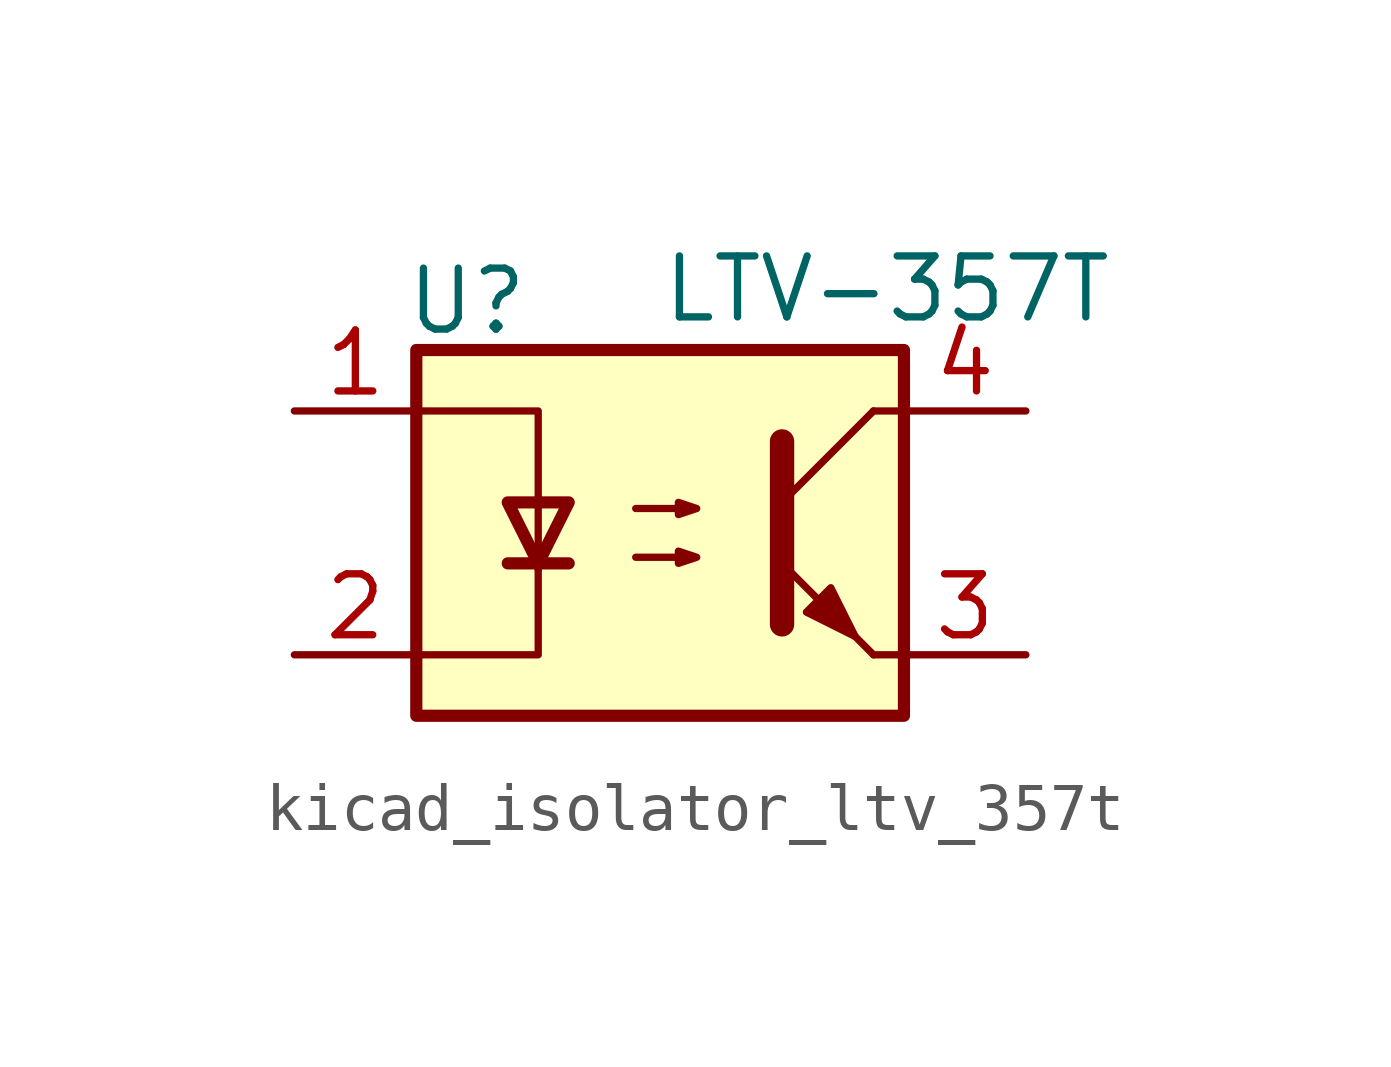
<source format=kicad_sym>
(kicad_symbol_lib
  (version 20220914)
  (generator kicad_symbol_editor)
  (symbol "kicad_isolator_ltv_357t"
    (pin_names
      (offset 1.016))
    (property "Reference" "U"
      (at -5.334 4.826 0)
      (effects (font (size 1.27 1.27)) (justify left)))
    (property "Value" "LTV-357T"
      (at 0 5.08 0)
      (effects (font (size 1.27 1.27)) (justify left)))
    (symbol "kicad_isolator_ltv_357t_0_1"
      (rectangle (start -5.08 3.81) (end 5.08 -3.81) (stroke (width 0.254) (type default)) (fill (type background)))
      (polyline (pts (xy -3.175 -0.635) (xy -1.905 -0.635)) (stroke (width 0.254) (type default)) (fill (type none)))
      (polyline (pts (xy 2.54 0.635) (xy 4.445 2.54)) (stroke (width 0) (type default)) (fill (type none)))
      (polyline (pts (xy 4.445 -2.54) (xy 2.54 -0.635)) (stroke (width 0) (type default)) (fill (type outline)))
      (polyline (pts (xy 4.445 -2.54) (xy 5.08 -2.54)) (stroke (width 0) (type default)) (fill (type none)))
      (polyline (pts (xy 4.445 2.54) (xy 5.08 2.54)) (stroke (width 0) (type default)) (fill (type none)))
      (polyline (pts (xy -5.08 2.54) (xy -2.54 2.54) (xy -2.54 -0.762)) (stroke (width 0) (type default)) (fill (type none)))
      (polyline (pts (xy -2.54 -0.635) (xy -2.54 -2.54) (xy -5.08 -2.54)) (stroke (width 0) (type default)) (fill (type none)))
      (polyline (pts (xy 2.54 1.905) (xy 2.54 -1.905) (xy 2.54 -1.905)) (stroke (width 0.508) (type default)) (fill (type none)))
      (polyline (pts (xy -2.54 -0.635) (xy -3.175 0.635) (xy -1.905 0.635) (xy -2.54 -0.635)) (stroke (width 0.254) (type default)) (fill (type none)))
      (polyline (pts (xy -0.508 -0.508) (xy 0.762 -0.508) (xy 0.381 -0.635) (xy 0.381 -0.381) (xy 0.762 -0.508)) (stroke (width 0) (type default)) (fill (type none)))
      (polyline (pts (xy -0.508 0.508) (xy 0.762 0.508) (xy 0.381 0.381) (xy 0.381 0.635) (xy 0.762 0.508)) (stroke (width 0) (type default)) (fill (type none)))
      (polyline (pts (xy 3.048 -1.651) (xy 3.556 -1.143) (xy 4.064 -2.159) (xy 3.048 -1.651) (xy 3.048 -1.651)) (stroke (width 0) (type default)) (fill (type outline))))
    (symbol "kicad_isolator_ltv_357t_1_1"
      (pin passive line (at -7.62 2.54 0) (length 2.54) (name "~" (effects (font (size 1.27 1.27)))) (number "1" (effects (font (size 1.27 1.27)))))
      (pin passive line (at -7.62 -2.54 0) (length 2.54) (name "~" (effects (font (size 1.27 1.27)))) (number "2" (effects (font (size 1.27 1.27)))))
      (pin passive line (at 7.62 -2.54 180) (length 2.54) (name "~" (effects (font (size 1.27 1.27)))) (number "3" (effects (font (size 1.27 1.27)))))
      (pin passive line (at 7.62 2.54 180) (length 2.54) (name "~" (effects (font (size 1.27 1.27)))) (number "4" (effects (font (size 1.27 1.27))))))))
</source>
